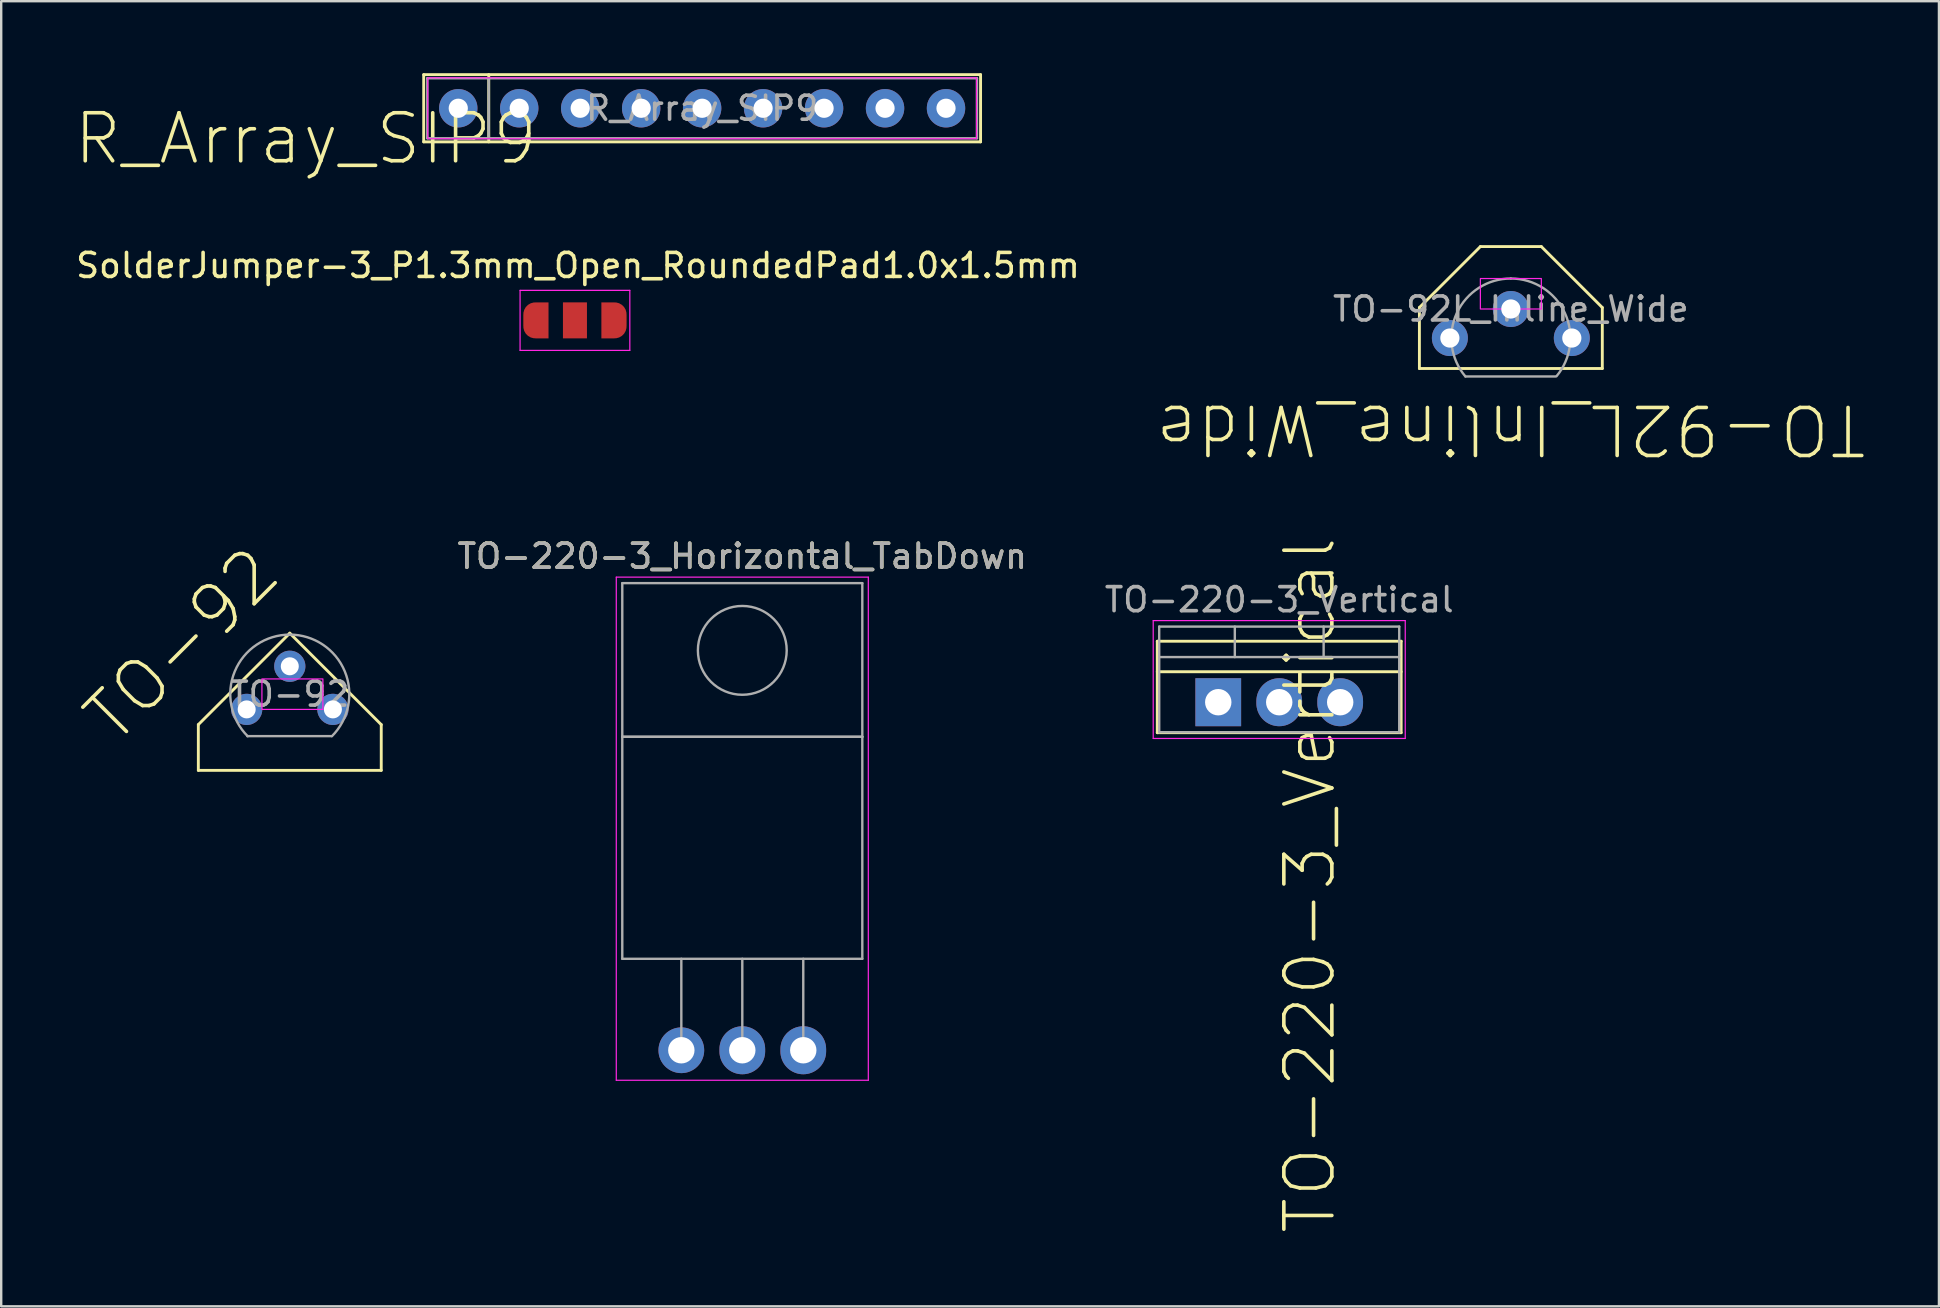
<source format=kicad_pcb>
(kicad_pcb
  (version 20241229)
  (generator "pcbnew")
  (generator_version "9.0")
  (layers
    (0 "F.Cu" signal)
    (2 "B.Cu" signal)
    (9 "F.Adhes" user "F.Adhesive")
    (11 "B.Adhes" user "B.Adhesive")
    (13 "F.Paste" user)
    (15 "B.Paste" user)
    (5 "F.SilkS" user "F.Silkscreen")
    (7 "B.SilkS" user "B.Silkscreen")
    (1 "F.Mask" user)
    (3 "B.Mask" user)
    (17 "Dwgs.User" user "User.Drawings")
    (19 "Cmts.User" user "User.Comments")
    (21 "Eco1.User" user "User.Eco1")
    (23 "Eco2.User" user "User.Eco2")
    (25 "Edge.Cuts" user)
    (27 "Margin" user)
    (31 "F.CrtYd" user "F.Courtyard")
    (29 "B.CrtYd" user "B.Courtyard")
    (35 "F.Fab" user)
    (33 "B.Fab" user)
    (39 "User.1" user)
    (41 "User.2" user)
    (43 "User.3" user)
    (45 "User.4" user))
  (footprint "TO-220-3_Vertical"
    (layer "F.Cu")
    (at 47.704 26.205)
    (property "Reference" "TO-220-3_Vertical" (at 3.815 7.62 90) (unlocked yes) (layer "F.SilkS") (effects (font (size 2 2) (thickness 0.15))))
    (attr through_hole)
    (fp_line (start -2.54 -2.54) (end -2.54 1.27) (stroke (width 0.12) (type solid)) (layer "F.SilkS"))
    (fp_line (start -2.54 -2.54) (end 7.62 -2.54) (stroke (width 0.12) (type solid)) (layer "F.SilkS"))
    (fp_line (start -2.54 -1.27) (end 7.62 -1.27) (stroke (width 0.12) (type solid)) (layer "F.SilkS"))
    (fp_line (start -2.54 1.27) (end 7.62 1.27) (stroke (width 0.12) (type solid)) (layer "F.SilkS"))
    (fp_line (start 7.62 -2.54) (end 7.62 1.27) (stroke (width 0.12) (type solid)) (layer "F.SilkS"))
    (fp_line (start -2.71 -3.4) (end -2.71 1.51) (stroke (width 0.05) (type solid)) (layer "F.CrtYd"))
    (fp_line (start -2.71 1.51) (end 7.79 1.51) (stroke (width 0.05) (type solid)) (layer "F.CrtYd"))
    (fp_line (start 7.79 -3.4) (end -2.71 -3.4) (stroke (width 0.05) (type solid)) (layer "F.CrtYd"))
    (fp_line (start 7.79 1.51) (end 7.79 -3.4) (stroke (width 0.05) (type solid)) (layer "F.CrtYd"))
    (fp_line (start -2.46 -3.15) (end -2.46 1.25) (stroke (width 0.1) (type solid)) (layer "F.Fab"))
    (fp_line (start -2.46 -1.88) (end 7.54 -1.88) (stroke (width 0.1) (type solid)) (layer "F.Fab"))
    (fp_line (start -2.46 1.25) (end 7.54 1.25) (stroke (width 0.1) (type solid)) (layer "F.Fab"))
    (fp_line (start 0.69 -3.15) (end 0.69 -1.88) (stroke (width 0.1) (type solid)) (layer "F.Fab"))
    (fp_line (start 4.39 -3.15) (end 4.39 -1.88) (stroke (width 0.1) (type solid)) (layer "F.Fab"))
    (fp_line (start 7.54 -3.15) (end -2.46 -3.15) (stroke (width 0.1) (type solid)) (layer "F.Fab"))
    (fp_line (start 7.54 1.25) (end 7.54 -3.15) (stroke (width 0.1) (type solid)) (layer "F.Fab"))
    (fp_text user "${REFERENCE}" (at 2.54 -4.27 0) (layer "F.Fab") (effects (font (size 1 1) (thickness 0.15))))
    (pad "1" thru_hole rect (at 0 0) (size 1.905 2) (drill 1.1) (layers "*.Cu" "*.Mask"))
    (pad "2" thru_hole oval (at 2.54 0) (size 1.905 2) (drill 1.1) (layers "*.Cu" "*.Mask"))
    (pad "3" thru_hole oval (at 5.08 0) (size 1.905 2) (drill 1.1) (layers "*.Cu" "*.Mask")))
  (footprint "TO-92"
    (layer "F.Cu")
    (at 7.862 26.504)
    (property "Reference" "TO-92" (at -3.329 -2.694 45) (layer "F.SilkS") (effects (font (size 2 2) (thickness 0.15))))
    (attr through_hole)
    (fp_line (start -2.649 0.635) (end -2.649 2.54) (stroke (width 0.12) (type solid)) (layer "F.SilkS"))
    (fp_line (start -2.649 2.54) (end 4.971 2.54) (stroke (width 0.12) (type solid)) (layer "F.SilkS"))
    (fp_line (start 1.161 -3.175) (end -2.649 0.635) (stroke (width 0.12) (type solid)) (layer "F.SilkS"))
    (fp_line (start 4.971 0.635) (end 1.161 -3.175) (stroke (width 0.12) (type solid)) (layer "F.SilkS"))
    (fp_line (start 4.971 2.54) (end 4.971 0.635) (stroke (width 0.12) (type solid)) (layer "F.SilkS"))
    (fp_rect (start 0 -1.27) (end 2.54 0) (stroke (width 0.05) (type solid)) (fill no) (layer "F.CrtYd"))
    (fp_line (start -0.609 1.115) (end 2.891 1.115) (stroke (width 0.1) (type solid)) (layer "F.Fab"))
    (fp_arc (start -0.592572 1.118625) (mid -1.130169 -1.584055) (end 1.161053 -3.115) (stroke (width 0.1) (type solid)) (layer "F.Fab"))
    (fp_arc (start 1.161053 -3.115) (mid 3.452274 -1.584055) (end 2.914678 1.118625) (stroke (width 0.1) (type solid)) (layer "F.Fab"))
    (fp_text user "${REFERENCE}" (at 1.161 -0.635 0) (layer "F.Fab") (effects (font (size 1 1) (thickness 0.15))))
    (pad "1" thru_hole circle (at -0.635 0) (size 1.3 1.3) (drill 0.75) (layers "*.Cu" "*.Mask"))
    (pad "2" thru_hole circle (at 1.161 -1.796) (size 1.3 1.3) (drill 0.75) (layers "*.Cu" "*.Mask"))
    (pad "3" thru_hole circle (at 2.957 0) (size 1.3 1.3) (drill 0.75) (layers "*.Cu" "*.Mask")))
  (footprint "TO-220-3_Horizontal_TabDown"
    (layer "F.Cu")
    (at 25.335 40.705)
    (property "Reference" "TO-220-3_Horizontal_TabDown" (at 2.54 -20.58 0) (layer "F.SilkS") (effects (font (size 1 1) (thickness 0.15))))
    (fp_line (start -2.71 -19.71) (end -2.71 1.25) (stroke (width 0.05) (type solid)) (layer "F.CrtYd"))
    (fp_line (start -2.71 1.25) (end 7.79 1.25) (stroke (width 0.05) (type solid)) (layer "F.CrtYd"))
    (fp_line (start 7.79 -19.71) (end -2.71 -19.71) (stroke (width 0.05) (type solid)) (layer "F.CrtYd"))
    (fp_line (start 7.79 1.25) (end 7.79 -19.71) (stroke (width 0.05) (type solid)) (layer "F.CrtYd"))
    (fp_line (start -2.46 -19.46) (end 7.54 -19.46) (stroke (width 0.1) (type solid)) (layer "F.Fab"))
    (fp_line (start -2.46 -13.06) (end -2.46 -19.46) (stroke (width 0.1) (type solid)) (layer "F.Fab"))
    (fp_line (start -2.46 -13.06) (end 7.54 -13.06) (stroke (width 0.1) (type solid)) (layer "F.Fab"))
    (fp_line (start -2.46 -3.81) (end -2.46 -13.06) (stroke (width 0.1) (type solid)) (layer "F.Fab"))
    (fp_line (start 0 -3.81) (end 0 0) (stroke (width 0.1) (type solid)) (layer "F.Fab"))
    (fp_line (start 2.54 -3.81) (end 2.54 0) (stroke (width 0.1) (type solid)) (layer "F.Fab"))
    (fp_line (start 5.08 -3.81) (end 5.08 0) (stroke (width 0.1) (type solid)) (layer "F.Fab"))
    (fp_line (start 7.54 -19.46) (end 7.54 -13.06) (stroke (width 0.1) (type solid)) (layer "F.Fab"))
    (fp_line (start 7.54 -13.06) (end -2.46 -13.06) (stroke (width 0.1) (type solid)) (layer "F.Fab"))
    (fp_line (start 7.54 -13.06) (end 7.54 -3.81) (stroke (width 0.1) (type solid)) (layer "F.Fab"))
    (fp_line (start 7.54 -3.81) (end -2.46 -3.81) (stroke (width 0.1) (type solid)) (layer "F.Fab"))
    (fp_circle (center 2.54 -16.66) (end 4.39 -16.66) (stroke (width 0.1) (type solid)) (fill no) (layer "F.Fab"))
    (fp_text user "${REFERENCE}" (at 2.54 -20.58 0) (layer "F.Fab") (effects (font (size 1 1) (thickness 0.15))))
    (pad "1" thru_hole circle (at 0 0) (size 1.905 1.905) (drill 1.1) (layers "*.Cu" "*.Mask"))
    (pad "2" thru_hole oval (at 2.54 0) (size 1.905 2) (drill 1.1) (layers "*.Cu" "*.Mask"))
    (pad "3" thru_hole oval (at 5.08 0) (size 1.905 2) (drill 1.1) (layers "*.Cu" "*.Mask")))
  (footprint "TO-92L_Inline_Wide"
    (layer "F.Cu")
    (at 57.354 11.033)
    (property "Reference" "TO-92L_Inline_Wide" (at 2.54 3.81 180) (unlocked yes) (layer "F.SilkS") (effects (font (size 2 2) (thickness 0.15))))
    (attr through_hole)
    (fp_line (start -1.27 1.27) (end -1.27 -1.27) (stroke (width 0.12) (type solid)) (layer "F.SilkS"))
    (fp_line (start 1.27 -3.81) (end -1.27 -1.27) (stroke (width 0.12) (type solid)) (layer "F.SilkS"))
    (fp_line (start 1.27 -3.81) (end 3.81 -3.81) (stroke (width 0.12) (type solid)) (layer "F.SilkS"))
    (fp_line (start 3.81 -3.81) (end 6.35 -1.27) (stroke (width 0.12) (type solid)) (layer "F.SilkS"))
    (fp_line (start 6.35 -1.27) (end 6.35 1.27) (stroke (width 0.12) (type solid)) (layer "F.SilkS"))
    (fp_line (start 6.35 1.27) (end -1.27 1.27) (stroke (width 0.12) (type solid)) (layer "F.SilkS"))
    (fp_rect (start 1.27 -2.48) (end 3.81 -1.21) (stroke (width 0.05) (type solid)) (fill no) (layer "F.CrtYd"))
    (fp_line (start 0.65 1.6) (end 4.4 1.6) (stroke (width 0.1) (type solid)) (layer "F.Fab"))
    (fp_arc (start 0.647182 1.602385) (mid 0.290076 -1.043188) (end 2.54 -2.48) (stroke (width 0.1) (type solid)) (layer "F.Fab"))
    (fp_arc (start 2.54 -2.48) (mid 4.787211 -1.049019) (end 4.441103 1.592547) (stroke (width 0.1) (type solid)) (layer "F.Fab"))
    (fp_text user "${REFERENCE}" (at 2.54 -1.21 0) (layer "F.Fab") (effects (font (size 1 1) (thickness 0.15))))
    (pad "1" thru_hole circle (at 0 0) (size 1.5 1.5) (drill 0.8) (layers "*.Cu" "*.Mask"))
    (pad "2" thru_hole circle (at 2.54 -1.21) (size 1.5 1.5) (drill 0.8) (layers "*.Cu" "*.Mask"))
    (pad "3" thru_hole circle (at 5.08 0) (size 1.5 1.5) (drill 0.8) (layers "*.Cu" "*.Mask")))
  (footprint "SolderJumper-3_P1.3mm_Open_RoundedPad1.0x1.5mm"
    (layer "F.Cu")
    (at 20.903 10.297)
    (property "Reference" "SolderJumper-3_P1.3mm_Open_RoundedPad1.0x1.5mm" (at 0.127 -2.286 180) (layer "F.SilkS") (effects (font (size 1 1) (thickness 0.15))))
    (attr exclude_from_pos_files)
    (fp_line (start -2.286 -1.25) (end -2.286 1.25) (stroke (width 0.05) (type solid)) (layer "F.CrtYd"))
    (fp_line (start -2.286 -1.25) (end 2.286 -1.25) (stroke (width 0.05) (type solid)) (layer "F.CrtYd"))
    (fp_line (start 2.286 1.25) (end -2.286 1.25) (stroke (width 0.05) (type solid)) (layer "F.CrtYd"))
    (fp_line (start 2.286 1.25) (end 2.286 -1.25) (stroke (width 0.05) (type solid)) (layer "F.CrtYd"))
    (pad "1" smd custom (at -1.651 0) (size 1 0.5) (layers "F.Cu" "F.Mask") (options (anchor rect)) (primitives (gr_circle (center 0 0.25) (end 0.5 0.25) (width 0) (fill yes)) (gr_circle (center 0 -0.25) (end 0.5 -0.25) (width 0) (fill yes)) (gr_poly (pts (xy 0.55 0.75) (xy 0 0.75) (xy 0 -0.75) (xy 0.55 -0.75)) (width 0) (fill yes))))
    (pad "2" smd rect (at 0 0) (size 1 1.5) (layers "F.Cu" "F.Mask"))
    (pad "3" smd custom (at 1.651 0) (size 1 0.5) (layers "F.Cu" "F.Mask") (options (anchor rect)) (primitives (gr_circle (center 0 0.25) (end 0.5 0.25) (width 0) (fill yes)) (gr_circle (center 0 -0.25) (end 0.5 -0.25) (width 0) (fill yes)) (gr_poly (pts (xy 0 0.75) (xy -0.55 0.75) (xy -0.55 -0.75) (xy 0 -0.75)) (width 0) (fill yes)))))
  (footprint "R_Array_SIP9"
    (layer "F.Cu")
    (at 16.042 1.46)
    (property "Reference" "R_Array_SIP9" (at -6.35 1.27 180) (layer "F.SilkS") (effects (font (size 2 2) (thickness 0.15))))
    (attr through_hole)
    (fp_line (start -1.44 -1.4) (end -1.44 1.4) (stroke (width 0.12) (type solid)) (layer "F.SilkS"))
    (fp_line (start -1.44 1.4) (end 21.76 1.4) (stroke (width 0.12) (type solid)) (layer "F.SilkS"))
    (fp_line (start 1.27 -1.4) (end 1.27 1.4) (stroke (width 0.12) (type solid)) (layer "F.SilkS"))
    (fp_line (start 21.76 -1.4) (end -1.44 -1.4) (stroke (width 0.12) (type solid)) (layer "F.SilkS"))
    (fp_line (start 21.76 1.4) (end 21.76 -1.4) (stroke (width 0.12) (type solid)) (layer "F.SilkS"))
    (fp_rect (start -1.27 -1.27) (end 21.59 1.27) (stroke (width 0.05) (type solid)) (fill no) (layer "F.CrtYd"))
    (fp_line (start -1.29 -1.25) (end -1.29 1.25) (stroke (width 0.1) (type solid)) (layer "F.Fab"))
    (fp_line (start -1.29 1.25) (end 21.61 1.25) (stroke (width 0.1) (type solid)) (layer "F.Fab"))
    (fp_line (start 1.27 -1.25) (end 1.27 1.25) (stroke (width 0.1) (type solid)) (layer "F.Fab"))
    (fp_line (start 21.61 -1.25) (end -1.29 -1.25) (stroke (width 0.1) (type solid)) (layer "F.Fab"))
    (fp_line (start 21.61 1.25) (end 21.61 -1.25) (stroke (width 0.1) (type solid)) (layer "F.Fab"))
    (fp_text user "${REFERENCE}" (at 10.16 0 180) (layer "F.Fab") (effects (font (size 1 1) (thickness 0.15))))
    (pad "1" thru_hole circle (at 0 0) (size 1.6 1.6) (drill 0.8) (layers "*.Cu" "*.Mask"))
    (pad "2" thru_hole oval (at 2.54 0) (size 1.6 1.6) (drill 0.8) (layers "*.Cu" "*.Mask"))
    (pad "3" thru_hole oval (at 5.08 0) (size 1.6 1.6) (drill 0.8) (layers "*.Cu" "*.Mask"))
    (pad "4" thru_hole oval (at 7.62 0) (size 1.6 1.6) (drill 0.8) (layers "*.Cu" "*.Mask"))
    (pad "5" thru_hole oval (at 10.16 0) (size 1.6 1.6) (drill 0.8) (layers "*.Cu" "*.Mask"))
    (pad "6" thru_hole oval (at 12.7 0) (size 1.6 1.6) (drill 0.8) (layers "*.Cu" "*.Mask"))
    (pad "7" thru_hole oval (at 15.24 0) (size 1.6 1.6) (drill 0.8) (layers "*.Cu" "*.Mask"))
    (pad "8" thru_hole oval (at 17.78 0) (size 1.6 1.6) (drill 0.8) (layers "*.Cu" "*.Mask"))
    (pad "9" thru_hole oval (at 20.32 0) (size 1.6 1.6) (drill 0.8) (layers "*.Cu" "*.Mask")))
  (gr_rect
    (start -3 -3)
    (end 77.729 51.374)
    (stroke (width 0.1) (type default))
    (fill no)
    (layer "Edge.Cuts")))
</source>
